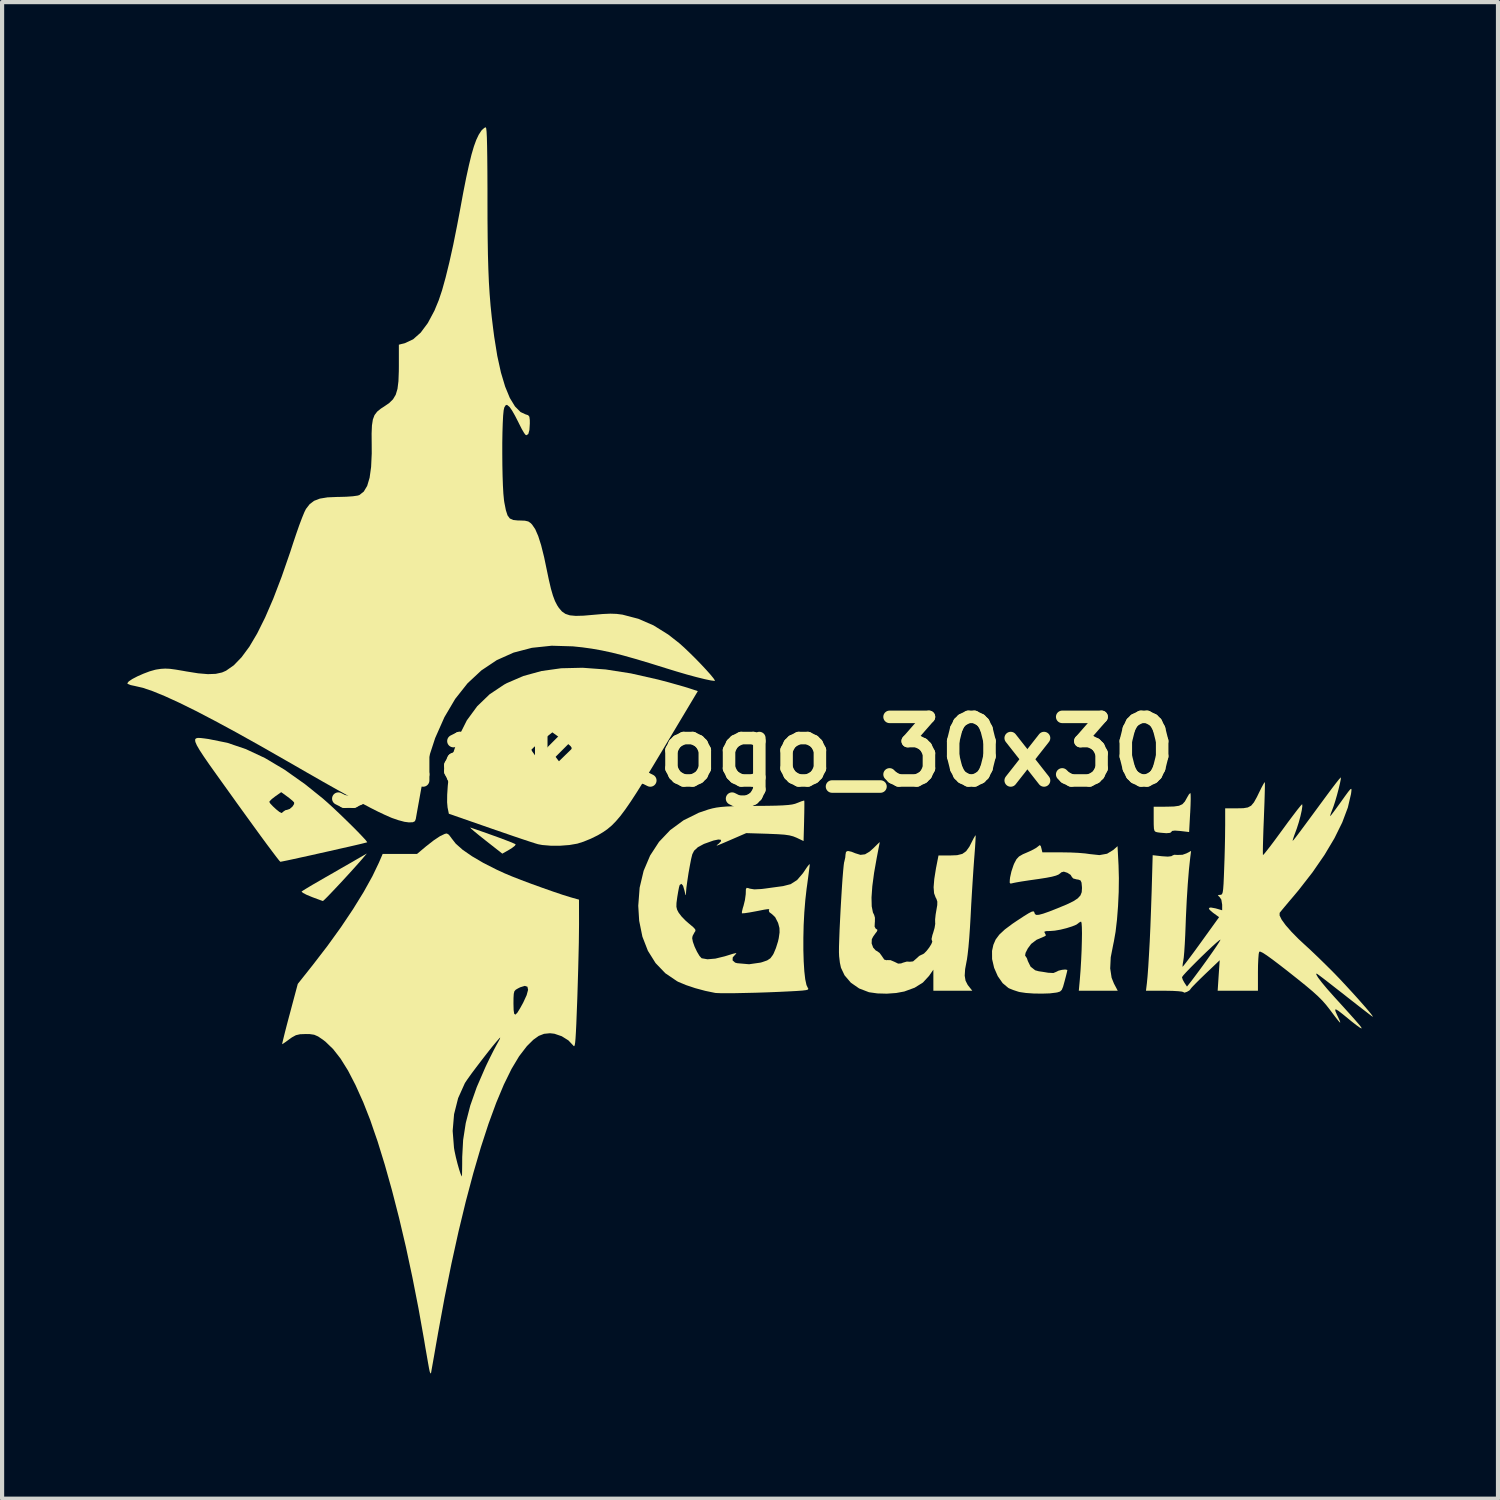
<source format=kicad_pcb>
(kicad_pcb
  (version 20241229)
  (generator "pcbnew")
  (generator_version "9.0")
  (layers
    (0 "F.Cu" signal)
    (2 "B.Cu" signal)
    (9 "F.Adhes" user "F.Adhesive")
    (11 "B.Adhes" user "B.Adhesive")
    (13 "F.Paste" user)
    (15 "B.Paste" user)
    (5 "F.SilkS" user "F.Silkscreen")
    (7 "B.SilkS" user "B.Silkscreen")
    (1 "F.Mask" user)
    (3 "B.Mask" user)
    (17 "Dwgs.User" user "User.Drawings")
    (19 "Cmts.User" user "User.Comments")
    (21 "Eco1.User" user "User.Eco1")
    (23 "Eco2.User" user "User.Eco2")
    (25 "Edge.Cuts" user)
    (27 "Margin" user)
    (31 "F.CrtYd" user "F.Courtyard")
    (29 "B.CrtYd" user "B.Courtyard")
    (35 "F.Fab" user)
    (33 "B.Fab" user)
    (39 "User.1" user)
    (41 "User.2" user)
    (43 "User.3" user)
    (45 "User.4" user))
  (footprint "guaik_logo_30x30"
    (layer "F.Cu")
    (at 14.89 14.961)
    (property "Reference" "guaik_logo_30x30" (at 0 0 0) (layer "F.SilkS") (effects (font (size 1.524 1.524) (thickness 0.3))))
    (attr board_only exclude_from_pos_files exclude_from_bom)
    (fp_poly (pts (xy -6.424 1.902) (xy -6.192 1.984) (xy -5.984 2.059) (xy -5.811 2.124) (xy -5.68 2.175) (xy -5.602 2.21) (xy -5.584 2.221) (xy -5.603 2.253) (xy -5.67 2.306) (xy -5.736 2.347) (xy -5.904 2.443) (xy -6.314 2.121) (xy -6.455 2.009) (xy -6.568 1.916) (xy -6.644 1.851) (xy -6.674 1.819) (xy -6.671 1.817)) (stroke (width 0) (type solid)) (fill yes) (layer "F.SilkS"))
    (fp_poly (pts (xy 10.584 0.993) (xy 10.589 1.037) (xy 10.59 1.14) (xy 10.586 1.288) (xy 10.578 1.464) (xy 10.577 1.469) (xy 10.552 1.925) (xy 10.341 1.9) (xy 10.211 1.89) (xy 10.144 1.899) (xy 10.131 1.917) (xy 10.098 1.945) (xy 10.006 1.953) (xy 9.862 1.941) (xy 9.801 1.933) (xy 9.753 1.922) (xy 9.724 1.899) (xy 9.709 1.846) (xy 9.704 1.749) (xy 9.703 1.618) (xy 9.703 1.319) (xy 10.016 1.318) (xy 10.19 1.313) (xy 10.309 1.296) (xy 10.39 1.259) (xy 10.45 1.194) (xy 10.503 1.099) (xy 10.547 1.023) (xy 10.579 0.992)) (stroke (width 0) (type solid)) (fill yes) (layer "F.SilkS"))
    (fp_poly (pts (xy -9.275 2.586) (xy -9.361 2.684) (xy -9.473 2.809) (xy -9.601 2.95) (xy -9.737 3.098) (xy -9.871 3.241) (xy -9.994 3.371) (xy -10.096 3.477) (xy -10.169 3.549) (xy -10.202 3.578) (xy -10.202 3.578) (xy -10.242 3.565) (xy -10.332 3.532) (xy -10.453 3.487) (xy -10.48 3.476) (xy -10.598 3.427) (xy -10.681 3.383) (xy -10.713 3.354) (xy -10.712 3.349) (xy -10.673 3.323) (xy -10.582 3.267) (xy -10.45 3.188) (xy -10.287 3.094) (xy -10.149 3.014) (xy -9.951 2.901) (xy -9.756 2.788) (xy -9.579 2.687) (xy -9.439 2.606) (xy -9.382 2.573) (xy -9.15 2.439)) (stroke (width 0) (type solid)) (fill yes) (layer "F.SilkS"))
    (fp_poly (pts (xy -13.134 -0.328) (xy -13.047 -0.318) (xy -12.94 -0.303) (xy -12.931 -0.301) (xy -12.494 -0.213) (xy -12.049 -0.062) (xy -11.592 0.152) (xy -11.121 0.432) (xy -10.631 0.779) (xy -10.203 1.123) (xy -10.087 1.225) (xy -9.949 1.351) (xy -9.8 1.492) (xy -9.647 1.64) (xy -9.499 1.785) (xy -9.366 1.919) (xy -9.257 2.033) (xy -9.179 2.118) (xy -9.144 2.165) (xy -9.142 2.171) (xy -9.179 2.181) (xy -9.274 2.205) (xy -9.418 2.239) (xy -9.6 2.281) (xy -9.81 2.328) (xy -10.037 2.38) (xy -10.271 2.432) (xy -10.501 2.484) (xy -10.716 2.531) (xy -10.906 2.573) (xy -11.06 2.606) (xy -11.169 2.628) (xy -11.22 2.638) (xy -11.222 2.638) (xy -11.25 2.609) (xy -11.316 2.525) (xy -11.416 2.393) (xy -11.547 2.218) (xy -11.703 2.006) (xy -11.88 1.762) (xy -12.075 1.493) (xy -12.283 1.205) (xy -12.284 1.204) (xy -11.487 1.204) (xy -11.462 1.245) (xy -11.399 1.311) (xy -11.321 1.383) (xy -11.247 1.442) (xy -11.198 1.469) (xy -11.196 1.47) (xy -11.156 1.443) (xy -11.148 1.432) (xy -11.097 1.4) (xy -11.062 1.394) (xy -10.997 1.371) (xy -10.933 1.316) (xy -10.893 1.254) (xy -10.893 1.215) (xy -10.932 1.175) (xy -11.009 1.111) (xy -11.057 1.075) (xy -11.202 0.97) (xy -11.344 1.07) (xy -11.428 1.135) (xy -11.479 1.187) (xy -11.487 1.204) (xy -12.284 1.204) (xy -12.301 1.179) (xy -12.549 0.833) (xy -12.757 0.543) (xy -12.927 0.304) (xy -13.06 0.111) (xy -13.158 -0.039) (xy -13.224 -0.153) (xy -13.259 -0.234) (xy -13.266 -0.288) (xy -13.246 -0.318) (xy -13.201 -0.33)) (stroke (width 0) (type solid)) (fill yes) (layer "F.SilkS"))
    (fp_poly (pts (xy -3.425 -1.97) (xy -2.824 -1.876) (xy -2.174 -1.729) (xy -2.105 -1.711) (xy -1.908 -1.659) (xy -1.717 -1.605) (xy -1.551 -1.558) (xy -1.432 -1.521) (xy -1.422 -1.518) (xy -1.22 -1.451) (xy -2.065 -0.038) (xy -2.3 0.353) (xy -2.502 0.684) (xy -2.676 0.963) (xy -2.827 1.195) (xy -2.958 1.385) (xy -3.075 1.541) (xy -3.182 1.666) (xy -3.283 1.769) (xy -3.383 1.853) (xy -3.487 1.926) (xy -3.598 1.992) (xy -3.625 2.007) (xy -3.784 2.085) (xy -3.958 2.156) (xy -4.106 2.203) (xy -4.296 2.236) (xy -4.517 2.253) (xy -4.744 2.253) (xy -4.946 2.236) (xy -5.048 2.217) (xy -5.118 2.196) (xy -5.246 2.155) (xy -5.421 2.097) (xy -5.634 2.025) (xy -5.875 1.942) (xy -6.134 1.853) (xy -6.188 1.834) (xy -7.185 1.487) (xy -7.216 1.337) (xy -7.227 1.211) (xy -7.225 1.031) (xy -7.211 0.816) (xy -7.187 0.587) (xy -7.156 0.362) (xy -7.118 0.162) (xy -7.1 0.087) (xy -7.056 -0.044) (xy -5.207 -0.044) (xy -5.185 -0.002) (xy -5.131 0.073) (xy -5.103 0.108) (xy -5.027 0.189) (xy -4.964 0.218) (xy -4.909 0.212) (xy -4.832 0.209) (xy -4.773 0.261) (xy -4.759 0.283) (xy -4.7 0.379) (xy -4.499 0.183) (xy -4.396 0.082) (xy -4.309 -0.002) (xy -4.256 -0.054) (xy -4.252 -0.057) (xy -4.24 -0.088) (xy -4.266 -0.13) (xy -4.338 -0.194) (xy -4.455 -0.282) (xy -4.705 -0.463) (xy -4.957 -0.265) (xy -5.069 -0.175) (xy -5.155 -0.1) (xy -5.202 -0.053) (xy -5.207 -0.044) (xy -7.056 -0.044) (xy -6.951 -0.359) (xy -6.754 -0.751) (xy -6.506 -1.089) (xy -6.209 -1.375) (xy -5.86 -1.608) (xy -5.797 -1.642) (xy -5.399 -1.814) (xy -4.965 -1.933) (xy -4.493 -1.999) (xy -3.981 -2.011)) (stroke (width 0) (type solid)) (fill yes) (layer "F.SilkS"))
    (fp_poly (pts (xy 5.437 2.043) (xy 5.432 2.145) (xy 5.423 2.295) (xy 5.409 2.48) (xy 5.401 2.581) (xy 5.385 2.803) (xy 5.367 3.077) (xy 5.348 3.378) (xy 5.33 3.683) (xy 5.316 3.957) (xy 5.301 4.213) (xy 5.284 4.46) (xy 5.265 4.681) (xy 5.245 4.86) (xy 5.228 4.984) (xy 5.224 5.001) (xy 5.185 5.21) (xy 5.175 5.367) (xy 5.195 5.487) (xy 5.246 5.587) (xy 5.265 5.612) (xy 5.357 5.728) (xy 4.424 5.728) (xy 4.424 5.223) (xy 4.32 5.373) (xy 4.173 5.532) (xy 3.976 5.655) (xy 3.727 5.746) (xy 3.533 5.782) (xy 3.308 5.798) (xy 3.083 5.792) (xy 2.892 5.765) (xy 2.88 5.763) (xy 2.646 5.673) (xy 2.447 5.535) (xy 2.296 5.358) (xy 2.21 5.176) (xy 2.184 5.055) (xy 2.166 4.901) (xy 2.162 4.805) (xy 2.163 4.67) (xy 2.169 4.487) (xy 2.177 4.268) (xy 2.189 4.024) (xy 2.202 3.768) (xy 2.217 3.511) (xy 2.232 3.267) (xy 2.247 3.047) (xy 2.262 2.863) (xy 2.275 2.727) (xy 2.285 2.652) (xy 2.288 2.645) (xy 2.313 2.535) (xy 2.319 2.466) (xy 2.331 2.4) (xy 2.375 2.378) (xy 2.462 2.397) (xy 2.551 2.433) (xy 2.677 2.472) (xy 2.787 2.459) (xy 2.9 2.391) (xy 2.996 2.304) (xy 3.074 2.227) (xy 3.126 2.177) (xy 3.139 2.167) (xy 3.133 2.204) (xy 3.114 2.299) (xy 3.088 2.435) (xy 3.07 2.528) (xy 3.004 2.901) (xy 2.961 3.224) (xy 2.942 3.494) (xy 2.947 3.705) (xy 2.976 3.853) (xy 3.005 3.91) (xy 3.024 3.977) (xy 3.023 4.078) (xy 3.021 4.091) (xy 3.016 4.191) (xy 3.042 4.24) (xy 3.054 4.246) (xy 3.085 4.27) (xy 3.068 4.313) (xy 3.04 4.348) (xy 2.981 4.431) (xy 2.949 4.494) (xy 2.945 4.594) (xy 2.982 4.695) (xy 3.046 4.765) (xy 3.07 4.776) (xy 3.136 4.822) (xy 3.196 4.905) (xy 3.196 4.906) (xy 3.248 4.982) (xy 3.304 4.997) (xy 3.319 4.993) (xy 3.398 4.995) (xy 3.492 5.035) (xy 3.494 5.036) (xy 3.58 5.078) (xy 3.652 5.073) (xy 3.694 5.056) (xy 3.788 5.029) (xy 3.859 5.033) (xy 3.937 5.025) (xy 4.014 4.959) (xy 4.086 4.893) (xy 4.149 4.862) (xy 4.154 4.861) (xy 4.2 4.836) (xy 4.262 4.773) (xy 4.325 4.692) (xy 4.375 4.611) (xy 4.399 4.551) (xy 4.391 4.53) (xy 4.38 4.489) (xy 4.401 4.394) (xy 4.419 4.341) (xy 4.453 4.223) (xy 4.469 4.124) (xy 4.467 4.092) (xy 4.466 4.017) (xy 4.479 3.899) (xy 4.495 3.805) (xy 4.517 3.676) (xy 4.519 3.593) (xy 4.498 3.528) (xy 4.478 3.492) (xy 4.441 3.392) (xy 4.43 3.247) (xy 4.446 3.05) (xy 4.487 2.792) (xy 4.497 2.742) (xy 4.547 2.487) (xy 4.816 2.487) (xy 4.993 2.48) (xy 5.118 2.449) (xy 5.209 2.385) (xy 5.287 2.276) (xy 5.336 2.179) (xy 5.387 2.079) (xy 5.424 2.016) (xy 5.437 2.003)) (stroke (width 0) (type solid)) (fill yes) (layer "F.SilkS"))
    (fp_poly (pts (xy 6.997 2.259) (xy 7.012 2.313) (xy 7.036 2.412) (xy 7.507 2.412) (xy 7.705 2.415) (xy 7.897 2.424) (xy 8.062 2.438) (xy 8.177 2.454) (xy 8.179 2.454) (xy 8.403 2.478) (xy 8.586 2.445) (xy 8.734 2.355) (xy 8.837 2.264) (xy 8.861 2.724) (xy 8.869 3.031) (xy 8.865 3.363) (xy 8.849 3.7) (xy 8.824 4.023) (xy 8.79 4.314) (xy 8.748 4.554) (xy 8.736 4.609) (xy 8.674 4.926) (xy 8.661 5.193) (xy 8.695 5.417) (xy 8.751 5.556) (xy 8.842 5.728) (xy 7.909 5.728) (xy 7.933 5.464) (xy 7.951 5.233) (xy 7.965 4.995) (xy 7.976 4.76) (xy 7.982 4.542) (xy 7.985 4.353) (xy 7.982 4.203) (xy 7.975 4.105) (xy 7.963 4.07) (xy 7.909 4.098) (xy 7.902 4.107) (xy 7.851 4.144) (xy 7.749 4.186) (xy 7.616 4.228) (xy 7.471 4.264) (xy 7.333 4.288) (xy 7.234 4.296) (xy 7.13 4.299) (xy 7.086 4.311) (xy 7.088 4.337) (xy 7.099 4.352) (xy 7.122 4.401) (xy 7.081 4.429) (xy 7.076 4.43) (xy 6.897 4.507) (xy 6.768 4.605) (xy 6.687 4.714) (xy 6.634 4.818) (xy 6.622 4.883) (xy 6.629 4.895) (xy 6.664 4.946) (xy 6.689 5.019) (xy 6.754 5.151) (xy 6.864 5.238) (xy 6.948 5.261) (xy 7.051 5.276) (xy 7.171 5.296) (xy 7.18 5.297) (xy 7.3 5.303) (xy 7.366 5.276) (xy 7.424 5.247) (xy 7.505 5.227) (xy 7.583 5.219) (xy 7.63 5.228) (xy 7.634 5.236) (xy 7.625 5.28) (xy 7.601 5.376) (xy 7.568 5.502) (xy 7.532 5.632) (xy 7.5 5.708) (xy 7.459 5.747) (xy 7.396 5.767) (xy 7.363 5.773) (xy 7.213 5.791) (xy 7.025 5.797) (xy 6.826 5.794) (xy 6.64 5.781) (xy 6.492 5.759) (xy 6.457 5.75) (xy 6.342 5.712) (xy 6.245 5.673) (xy 6.221 5.661) (xy 6.084 5.546) (xy 5.967 5.378) (xy 5.88 5.179) (xy 5.831 4.969) (xy 5.83 4.772) (xy 5.862 4.627) (xy 5.917 4.5) (xy 6.005 4.382) (xy 6.136 4.26) (xy 6.318 4.124) (xy 6.426 4.051) (xy 6.592 3.942) (xy 6.707 3.871) (xy 6.781 3.833) (xy 6.823 3.825) (xy 6.841 3.841) (xy 6.843 3.85) (xy 6.858 3.891) (xy 6.892 3.911) (xy 6.954 3.908) (xy 7.055 3.881) (xy 7.203 3.829) (xy 7.403 3.75) (xy 7.62 3.66) (xy 7.777 3.584) (xy 7.884 3.514) (xy 7.948 3.444) (xy 7.979 3.365) (xy 7.985 3.269) (xy 7.984 3.242) (xy 7.974 3.137) (xy 7.95 3.085) (xy 7.898 3.065) (xy 7.857 3.06) (xy 7.776 3.038) (xy 7.741 3) (xy 7.741 2.998) (xy 7.712 2.951) (xy 7.639 2.904) (xy 7.633 2.901) (xy 7.55 2.874) (xy 7.493 2.889) (xy 7.46 2.917) (xy 7.421 2.945) (xy 7.359 2.97) (xy 7.266 2.995) (xy 7.132 3.021) (xy 6.947 3.05) (xy 6.701 3.085) (xy 6.689 3.087) (xy 6.543 3.109) (xy 6.416 3.131) (xy 6.331 3.148) (xy 6.322 3.151) (xy 6.273 3.161) (xy 6.253 3.139) (xy 6.256 3.069) (xy 6.263 3.01) (xy 6.294 2.87) (xy 6.344 2.72) (xy 6.362 2.677) (xy 6.415 2.577) (xy 6.476 2.511) (xy 6.569 2.457) (xy 6.649 2.423) (xy 6.772 2.368) (xy 6.874 2.313) (xy 6.924 2.277) (xy 6.972 2.239)) (stroke (width 0) (type solid)) (fill yes) (layer "F.SilkS"))
    (fp_poly (pts (xy -7.185 1.989) (xy -7.129 2.062) (xy -7.122 2.073) (xy -7.019 2.205) (xy -6.854 2.351) (xy -6.631 2.505) (xy -6.357 2.666) (xy -6.039 2.827) (xy -5.848 2.915) (xy -5.674 2.988) (xy -5.452 3.075) (xy -5.201 3.169) (xy -4.938 3.264) (xy -4.682 3.354) (xy -4.451 3.432) (xy -4.263 3.49) (xy -4.218 3.503) (xy -4.067 3.545) (xy -4.066 4.137) (xy -4.068 4.331) (xy -4.071 4.583) (xy -4.078 4.879) (xy -4.086 5.203) (xy -4.096 5.538) (xy -4.106 5.868) (xy -4.108 5.925) (xy -4.121 6.257) (xy -4.131 6.521) (xy -4.141 6.723) (xy -4.15 6.87) (xy -4.159 6.97) (xy -4.169 7.03) (xy -4.18 7.055) (xy -4.193 7.054) (xy -4.203 7.042) (xy -4.32 6.918) (xy -4.48 6.818) (xy -4.656 6.758) (xy -4.761 6.746) (xy -4.904 6.76) (xy -5.032 6.81) (xy -5.162 6.903) (xy -5.311 7.051) (xy -5.324 7.066) (xy -5.502 7.298) (xy -5.684 7.602) (xy -5.867 7.975) (xy -6.051 8.414) (xy -6.235 8.916) (xy -6.418 9.478) (xy -6.599 10.098) (xy -6.778 10.771) (xy -6.953 11.495) (xy -7.123 12.266) (xy -7.288 13.083) (xy -7.446 13.941) (xy -7.456 14) (xy -7.499 14.243) (xy -7.537 14.463) (xy -7.57 14.649) (xy -7.595 14.788) (xy -7.609 14.871) (xy -7.612 14.886) (xy -7.626 14.899) (xy -7.645 14.848) (xy -7.659 14.781) (xy -7.682 14.654) (xy -7.712 14.481) (xy -7.748 14.276) (xy -7.778 14.094) (xy -7.913 13.337) (xy -8.059 12.593) (xy -8.214 11.868) (xy -8.378 11.172) (xy -8.547 10.513) (xy -8.72 9.897) (xy -8.894 9.333) (xy -8.98 9.086) (xy -7.094 9.086) (xy -7.062 9.492) (xy -7.049 9.568) (xy -7.017 9.717) (xy -6.979 9.868) (xy -6.94 10.006) (xy -6.905 10.113) (xy -6.879 10.17) (xy -6.872 10.175) (xy -6.87 10.14) (xy -6.868 10.044) (xy -6.866 9.901) (xy -6.865 9.726) (xy -6.865 9.713) (xy -6.843 9.304) (xy -6.78 8.897) (xy -6.672 8.479) (xy -6.517 8.038) (xy -6.311 7.563) (xy -6.278 7.492) (xy -6.195 7.321) (xy -6.112 7.157) (xy -6.041 7.023) (xy -6.008 6.964) (xy -5.965 6.885) (xy -5.954 6.85) (xy -5.968 6.859) (xy -6.041 6.942) (xy -6.145 7.067) (xy -6.267 7.221) (xy -6.398 7.39) (xy -6.527 7.559) (xy -6.644 7.715) (xy -6.737 7.845) (xy -6.797 7.934) (xy -6.804 7.947) (xy -6.963 8.301) (xy -7.06 8.685) (xy -7.094 9.086) (xy -8.98 9.086) (xy -9.068 8.828) (xy -9.235 8.403) (xy -9.422 7.987) (xy -9.602 7.639) (xy -9.78 7.354) (xy -9.958 7.126) (xy -10.142 6.948) (xy -10.203 6.901) (xy -10.318 6.823) (xy -10.412 6.782) (xy -10.521 6.766) (xy -10.614 6.765) (xy -10.751 6.77) (xy -10.85 6.793) (xy -10.945 6.845) (xy -11.004 6.887) (xy -11.095 6.954) (xy -11.16 6.998) (xy -11.18 7.009) (xy -11.174 6.975) (xy -11.151 6.879) (xy -11.115 6.732) (xy -11.067 6.546) (xy -11.01 6.33) (xy -10.998 6.287) (xy -10.931 6.035) (xy -5.637 6.035) (xy -5.633 6.19) (xy -5.62 6.278) (xy -5.592 6.301) (xy -5.545 6.256) (xy -5.476 6.144) (xy -5.403 6.011) (xy -5.321 5.833) (xy -5.287 5.706) (xy -5.302 5.632) (xy -5.365 5.611) (xy -5.476 5.645) (xy -5.531 5.673) (xy -5.583 5.704) (xy -5.615 5.741) (xy -5.63 5.802) (xy -5.636 5.905) (xy -5.637 6.035) (xy -10.931 6.035) (xy -10.805 5.564) (xy -10.444 5.109) (xy -10.094 4.654) (xy -9.771 4.206) (xy -9.48 3.772) (xy -9.227 3.362) (xy -9.017 2.984) (xy -8.862 2.661) (xy -8.771 2.45) (xy -7.948 2.45) (xy -7.729 2.266) (xy -7.547 2.124) (xy -7.395 2.023) (xy -7.279 1.968) (xy -7.233 1.96)) (stroke (width 0) (type solid)) (fill yes) (layer "F.SilkS"))
    (fp_poly (pts (xy 1.331 1.173) (xy 1.333 1.214) (xy 1.333 1.315) (xy 1.331 1.463) (xy 1.327 1.641) (xy 1.327 1.664) (xy 1.314 2.141) (xy 1.148 2.062) (xy 1.066 2.029) (xy 0.973 2.005) (xy 0.855 1.988) (xy 0.696 1.977) (xy 0.481 1.968) (xy 0.461 1.967) (xy -0.06 1.951) (xy -0.378 2.089) (xy -0.554 2.165) (xy -0.672 2.215) (xy -0.741 2.243) (xy -0.769 2.251) (xy -0.765 2.242) (xy -0.737 2.218) (xy -0.722 2.207) (xy -0.663 2.146) (xy -0.667 2.111) (xy -0.728 2.104) (xy -0.842 2.128) (xy -0.866 2.136) (xy -1.073 2.21) (xy -1.218 2.288) (xy -1.309 2.373) (xy -1.352 2.458) (xy -1.379 2.567) (xy -1.41 2.727) (xy -1.443 2.911) (xy -1.471 3.096) (xy -1.493 3.257) (xy -1.502 3.368) (xy -1.506 3.433) (xy -1.514 3.435) (xy -1.53 3.37) (xy -1.54 3.326) (xy -1.574 3.211) (xy -1.613 3.166) (xy -1.653 3.193) (xy -1.655 3.197) (xy -1.67 3.248) (xy -1.69 3.351) (xy -1.712 3.482) (xy -1.731 3.624) (xy -1.733 3.717) (xy -1.716 3.787) (xy -1.68 3.856) (xy -1.613 3.945) (xy -1.512 4.049) (xy -1.428 4.122) (xy -1.331 4.203) (xy -1.283 4.255) (xy -1.276 4.294) (xy -1.301 4.332) (xy -1.301 4.332) (xy -1.345 4.415) (xy -1.355 4.469) (xy -1.338 4.557) (xy -1.296 4.674) (xy -1.239 4.794) (xy -1.18 4.893) (xy -1.13 4.948) (xy -1.125 4.95) (xy -0.988 4.974) (xy -0.8 4.958) (xy -0.571 4.902) (xy -0.51 4.883) (xy -0.375 4.841) (xy -0.305 4.826) (xy -0.297 4.838) (xy -0.312 4.85) (xy -0.383 4.928) (xy -0.387 5) (xy -0.326 5.054) (xy -0.276 5.068) (xy 0.009 5.093) (xy 0.281 5.054) (xy 0.321 5.043) (xy 0.442 5.001) (xy 0.52 4.949) (xy 0.579 4.869) (xy 0.598 4.834) (xy 0.652 4.705) (xy 0.701 4.549) (xy 0.719 4.47) (xy 0.739 4.33) (xy 0.736 4.224) (xy 0.707 4.114) (xy 0.7 4.095) (xy 0.633 3.964) (xy 0.552 3.888) (xy 0.55 3.887) (xy 0.492 3.844) (xy 0.482 3.806) (xy 0.492 3.784) (xy 0.484 3.773) (xy 0.446 3.774) (xy 0.367 3.786) (xy 0.235 3.812) (xy 0.151 3.828) (xy 0.014 3.853) (xy -0.094 3.869) (xy -0.156 3.873) (xy -0.164 3.872) (xy -0.162 3.83) (xy -0.141 3.743) (xy -0.125 3.694) (xy -0.091 3.556) (xy -0.072 3.416) (xy -0.071 3.388) (xy -0.068 3.295) (xy -0.05 3.262) (xy -0.001 3.271) (xy 0.023 3.281) (xy 0.134 3.299) (xy 0.308 3.29) (xy 0.389 3.28) (xy 0.548 3.258) (xy 0.703 3.237) (xy 0.822 3.221) (xy 1.005 3.174) (xy 1.159 3.075) (xy 1.298 2.913) (xy 1.336 2.857) (xy 1.4 2.761) (xy 1.446 2.704) (xy 1.463 2.696) (xy 1.458 2.745) (xy 1.444 2.855) (xy 1.424 3.01) (xy 1.399 3.197) (xy 1.387 3.28) (xy 1.356 3.554) (xy 1.332 3.85) (xy 1.316 4.155) (xy 1.309 4.46) (xy 1.309 4.753) (xy 1.317 5.024) (xy 1.332 5.261) (xy 1.354 5.454) (xy 1.384 5.592) (xy 1.415 5.657) (xy 1.429 5.682) (xy 1.418 5.7) (xy 1.373 5.713) (xy 1.283 5.724) (xy 1.139 5.734) (xy 0.991 5.742) (xy 0.723 5.755) (xy 0.447 5.766) (xy 0.174 5.775) (xy -0.087 5.781) (xy -0.324 5.786) (xy -0.526 5.787) (xy -0.682 5.786) (xy -0.782 5.782) (xy -0.803 5.78) (xy -1.04 5.731) (xy -1.282 5.666) (xy -1.506 5.591) (xy -1.687 5.515) (xy -1.716 5.5) (xy -1.998 5.309) (xy -2.232 5.065) (xy -2.416 4.771) (xy -2.548 4.431) (xy -2.625 4.052) (xy -2.647 3.693) (xy -2.614 3.258) (xy -2.518 2.854) (xy -2.362 2.487) (xy -2.149 2.16) (xy -1.881 1.878) (xy -1.562 1.644) (xy -1.195 1.462) (xy -0.968 1.385) (xy -0.872 1.359) (xy -0.775 1.339) (xy -0.667 1.325) (xy -0.536 1.314) (xy -0.369 1.307) (xy -0.156 1.303) (xy 0.115 1.3) (xy 0.161 1.299) (xy 0.44 1.297) (xy 0.657 1.293) (xy 0.823 1.286) (xy 0.947 1.277) (xy 1.04 1.265) (xy 1.111 1.248) (xy 1.169 1.226) (xy 1.17 1.226) (xy 1.262 1.189) (xy 1.321 1.172)) (stroke (width 0) (type solid)) (fill yes) (layer "F.SilkS"))
    (fp_poly (pts (xy -6.29 -14.934) (xy -6.281 -14.852) (xy -6.274 -14.712) (xy -6.269 -14.51) (xy -6.265 -14.244) (xy -6.262 -13.91) (xy -6.26 -13.505) (xy -6.26 -13.256) (xy -6.259 -12.746) (xy -6.255 -12.302) (xy -6.249 -11.912) (xy -6.239 -11.566) (xy -6.226 -11.254) (xy -6.208 -10.966) (xy -6.186 -10.69) (xy -6.158 -10.418) (xy -6.124 -10.138) (xy -6.099 -9.946) (xy -6.025 -9.484) (xy -5.937 -9.084) (xy -5.836 -8.747) (xy -5.724 -8.475) (xy -5.6 -8.272) (xy -5.467 -8.138) (xy -5.346 -8.082) (xy -5.286 -8.063) (xy -5.256 -8.026) (xy -5.246 -7.95) (xy -5.245 -7.864) (xy -5.255 -7.707) (xy -5.282 -7.611) (xy -5.326 -7.583) (xy -5.348 -7.592) (xy -5.382 -7.636) (xy -5.437 -7.73) (xy -5.502 -7.858) (xy -5.526 -7.907) (xy -5.599 -8.049) (xy -5.669 -8.172) (xy -5.725 -8.253) (xy -5.737 -8.266) (xy -5.792 -8.311) (xy -5.825 -8.3) (xy -5.857 -8.247) (xy -5.872 -8.18) (xy -5.885 -8.049) (xy -5.894 -7.868) (xy -5.901 -7.647) (xy -5.905 -7.4) (xy -5.905 -7.137) (xy -5.903 -6.872) (xy -5.898 -6.617) (xy -5.89 -6.383) (xy -5.879 -6.183) (xy -5.864 -6.028) (xy -5.856 -5.973) (xy -5.819 -5.786) (xy -5.779 -5.662) (xy -5.724 -5.588) (xy -5.644 -5.552) (xy -5.529 -5.54) (xy -5.491 -5.54) (xy -5.363 -5.535) (xy -5.281 -5.516) (xy -5.221 -5.474) (xy -5.19 -5.441) (xy -5.115 -5.33) (xy -5.044 -5.167) (xy -4.974 -4.947) (xy -4.903 -4.663) (xy -4.85 -4.409) (xy -4.791 -4.127) (xy -4.74 -3.908) (xy -4.691 -3.739) (xy -4.642 -3.609) (xy -4.588 -3.505) (xy -4.548 -3.444) (xy -4.476 -3.36) (xy -4.392 -3.302) (xy -4.286 -3.267) (xy -4.145 -3.254) (xy -3.957 -3.259) (xy -3.728 -3.279) (xy -3.496 -3.299) (xy -3.315 -3.307) (xy -3.168 -3.302) (xy -3.035 -3.285) (xy -3.026 -3.284) (xy -2.644 -3.184) (xy -2.282 -3.027) (xy -1.929 -2.807) (xy -1.668 -2.603) (xy -1.549 -2.497) (xy -1.417 -2.371) (xy -1.278 -2.234) (xy -1.144 -2.096) (xy -1.021 -1.964) (xy -0.919 -1.85) (xy -0.846 -1.761) (xy -0.811 -1.708) (xy -0.814 -1.696) (xy -0.906 -1.707) (xy -1.054 -1.738) (xy -1.249 -1.786) (xy -1.478 -1.848) (xy -1.73 -1.922) (xy -1.971 -1.996) (xy -2.372 -2.121) (xy -2.717 -2.224) (xy -3.016 -2.308) (xy -3.282 -2.375) (xy -3.525 -2.427) (xy -3.755 -2.468) (xy -3.985 -2.5) (xy -4.212 -2.524) (xy -4.721 -2.539) (xy -5.195 -2.489) (xy -5.634 -2.374) (xy -6.037 -2.194) (xy -6.405 -1.948) (xy -6.737 -1.639) (xy -7.033 -1.265) (xy -7.291 -0.828) (xy -7.513 -0.327) (xy -7.697 0.237) (xy -7.843 0.863) (xy -7.868 0.999) (xy -7.903 1.196) (xy -7.935 1.372) (xy -7.96 1.512) (xy -7.975 1.598) (xy -7.977 1.611) (xy -7.998 1.665) (xy -8.047 1.69) (xy -8.143 1.694) (xy -8.249 1.68) (xy -8.392 1.642) (xy -8.546 1.589) (xy -8.58 1.575) (xy -8.714 1.516) (xy -8.873 1.441) (xy -9.061 1.346) (xy -9.283 1.229) (xy -9.542 1.088) (xy -9.845 0.92) (xy -10.195 0.723) (xy -10.597 0.493) (xy -11.056 0.229) (xy -11.095 0.207) (xy -11.72 -0.15) (xy -12.286 -0.466) (xy -12.795 -0.741) (xy -13.247 -0.977) (xy -13.645 -1.173) (xy -13.988 -1.33) (xy -14.278 -1.449) (xy -14.515 -1.53) (xy -14.702 -1.573) (xy -14.705 -1.574) (xy -14.809 -1.596) (xy -14.876 -1.623) (xy -14.89 -1.64) (xy -14.855 -1.684) (xy -14.769 -1.742) (xy -14.646 -1.806) (xy -14.503 -1.869) (xy -14.358 -1.924) (xy -14.225 -1.962) (xy -14.192 -1.969) (xy -14.084 -1.985) (xy -13.982 -1.991) (xy -13.87 -1.986) (xy -13.729 -1.967) (xy -13.541 -1.935) (xy -13.482 -1.924) (xy -13.193 -1.878) (xy -12.959 -1.858) (xy -12.772 -1.865) (xy -12.62 -1.898) (xy -12.524 -1.94) (xy -12.337 -2.071) (xy -12.152 -2.263) (xy -11.965 -2.516) (xy -11.777 -2.834) (xy -11.586 -3.218) (xy -11.391 -3.67) (xy -11.191 -4.193) (xy -10.985 -4.787) (xy -10.918 -4.993) (xy -10.843 -5.217) (xy -10.77 -5.426) (xy -10.702 -5.606) (xy -10.646 -5.742) (xy -10.609 -5.816) (xy -10.521 -5.93) (xy -10.414 -6.011) (xy -10.276 -6.064) (xy -10.093 -6.094) (xy -9.854 -6.104) (xy -9.821 -6.104) (xy -9.641 -6.109) (xy -9.486 -6.12) (xy -9.372 -6.136) (xy -9.33 -6.149) (xy -9.224 -6.232) (xy -9.142 -6.369) (xy -9.084 -6.564) (xy -9.048 -6.822) (xy -9.033 -7.145) (xy -9.034 -7.37) (xy -9.036 -7.625) (xy -9.028 -7.816) (xy -9.006 -7.959) (xy -8.966 -8.065) (xy -8.903 -8.148) (xy -8.813 -8.221) (xy -8.746 -8.264) (xy -8.618 -8.351) (xy -8.524 -8.443) (xy -8.458 -8.553) (xy -8.416 -8.693) (xy -8.393 -8.877) (xy -8.384 -9.118) (xy -8.383 -9.236) (xy -8.383 -9.752) (xy -8.231 -9.792) (xy -8.041 -9.881) (xy -7.86 -10.041) (xy -7.689 -10.271) (xy -7.531 -10.567) (xy -7.428 -10.816) (xy -7.348 -11.055) (xy -7.263 -11.361) (xy -7.173 -11.727) (xy -7.08 -12.146) (xy -6.987 -12.611) (xy -6.92 -12.964) (xy -6.841 -13.394) (xy -6.769 -13.757) (xy -6.703 -14.058) (xy -6.643 -14.305) (xy -6.585 -14.503) (xy -6.528 -14.66) (xy -6.47 -14.782) (xy -6.41 -14.875) (xy -6.394 -14.895) (xy -6.335 -14.947) (xy -6.3 -14.961)) (stroke (width 0) (type solid)) (fill yes) (layer "F.SilkS"))
    (fp_poly (pts (xy 14.186 0.659) (xy 14.167 0.755) (xy 14.136 0.885) (xy 14.097 1.033) (xy 14.055 1.179) (xy 14.014 1.305) (xy 13.987 1.377) (xy 13.95 1.473) (xy 13.931 1.534) (xy 13.931 1.545) (xy 13.957 1.517) (xy 14.016 1.441) (xy 14.098 1.329) (xy 14.167 1.234) (xy 14.284 1.07) (xy 14.364 0.961) (xy 14.413 0.902) (xy 14.437 0.889) (xy 14.443 0.915) (xy 14.436 0.977) (xy 14.43 1.018) (xy 14.355 1.339) (xy 14.222 1.693) (xy 14.034 2.074) (xy 13.795 2.475) (xy 13.508 2.891) (xy 13.177 3.316) (xy 13.067 3.448) (xy 12.947 3.589) (xy 12.843 3.713) (xy 12.765 3.807) (xy 12.723 3.859) (xy 12.721 3.863) (xy 12.72 3.925) (xy 12.77 4.026) (xy 12.866 4.158) (xy 13.003 4.314) (xy 13.173 4.487) (xy 13.299 4.604) (xy 13.461 4.753) (xy 13.65 4.933) (xy 13.844 5.123) (xy 14.021 5.3) (xy 14.033 5.312) (xy 14.175 5.46) (xy 14.323 5.619) (xy 14.471 5.78) (xy 14.611 5.935) (xy 14.736 6.077) (xy 14.84 6.197) (xy 14.914 6.288) (xy 14.953 6.342) (xy 14.948 6.35) (xy 14.947 6.349) (xy 14.904 6.318) (xy 14.813 6.248) (xy 14.682 6.147) (xy 14.522 6.022) (xy 14.34 5.88) (xy 14.257 5.814) (xy 14.072 5.67) (xy 13.907 5.541) (xy 13.77 5.435) (xy 13.669 5.359) (xy 13.613 5.319) (xy 13.605 5.314) (xy 13.599 5.339) (xy 13.642 5.412) (xy 13.729 5.527) (xy 13.857 5.681) (xy 14.023 5.868) (xy 14.033 5.879) (xy 14.237 6.103) (xy 14.395 6.278) (xy 14.514 6.411) (xy 14.597 6.506) (xy 14.651 6.57) (xy 14.678 6.609) (xy 14.686 6.627) (xy 14.679 6.63) (xy 14.637 6.608) (xy 14.554 6.548) (xy 14.445 6.463) (xy 14.395 6.422) (xy 14.24 6.295) (xy 14.135 6.213) (xy 14.074 6.176) (xy 14.051 6.18) (xy 14.06 6.224) (xy 14.096 6.307) (xy 14.111 6.338) (xy 14.155 6.433) (xy 14.174 6.484) (xy 14.166 6.49) (xy 14.126 6.446) (xy 14.05 6.349) (xy 13.936 6.197) (xy 13.914 6.168) (xy 13.832 6.064) (xy 13.743 5.963) (xy 13.639 5.859) (xy 13.51 5.742) (xy 13.347 5.605) (xy 13.14 5.438) (xy 12.977 5.309) (xy 12.739 5.123) (xy 12.552 4.981) (xy 12.412 4.88) (xy 12.314 4.817) (xy 12.255 4.79) (xy 12.231 4.794) (xy 12.219 4.849) (xy 12.21 4.963) (xy 12.203 5.118) (xy 12.201 5.285) (xy 12.201 5.728) (xy 11.236 5.728) (xy 11.26 5.363) (xy 11.285 4.997) (xy 10.931 5.334) (xy 10.801 5.46) (xy 10.694 5.567) (xy 10.618 5.646) (xy 10.584 5.688) (xy 10.584 5.691) (xy 10.56 5.719) (xy 10.503 5.753) (xy 10.441 5.774) (xy 10.417 5.762) (xy 10.383 5.749) (xy 10.292 5.739) (xy 10.156 5.731) (xy 9.99 5.728) (xy 9.968 5.728) (xy 9.518 5.728) (xy 9.54 5.549) (xy 9.554 5.404) (xy 10.381 5.404) (xy 10.4 5.465) (xy 10.441 5.538) (xy 10.501 5.628) (xy 10.603 5.499) (xy 10.662 5.421) (xy 10.753 5.299) (xy 10.865 5.147) (xy 10.985 4.981) (xy 11.011 4.944) (xy 11.119 4.791) (xy 11.209 4.66) (xy 11.272 4.563) (xy 11.302 4.51) (xy 11.303 4.503) (xy 11.272 4.521) (xy 11.201 4.581) (xy 11.098 4.674) (xy 10.976 4.789) (xy 10.843 4.917) (xy 10.71 5.049) (xy 10.587 5.173) (xy 10.485 5.279) (xy 10.413 5.359) (xy 10.382 5.402) (xy 10.381 5.404) (xy 9.554 5.404) (xy 9.556 5.384) (xy 9.573 5.156) (xy 9.59 4.874) (xy 9.608 4.551) (xy 9.624 4.198) (xy 9.638 3.826) (xy 9.651 3.446) (xy 9.654 3.36) (xy 9.679 2.48) (xy 9.901 2.505) (xy 10.042 2.514) (xy 10.127 2.504) (xy 10.147 2.491) (xy 10.195 2.47) (xy 10.273 2.474) (xy 10.393 2.47) (xy 10.487 2.437) (xy 10.599 2.378) (xy 10.579 2.536) (xy 10.548 2.823) (xy 10.52 3.168) (xy 10.495 3.557) (xy 10.475 3.972) (xy 10.468 4.164) (xy 10.459 4.394) (xy 10.448 4.609) (xy 10.436 4.792) (xy 10.424 4.928) (xy 10.415 4.992) (xy 10.399 5.088) (xy 10.394 5.147) (xy 10.396 5.153) (xy 10.419 5.128) (xy 10.479 5.051) (xy 10.569 4.932) (xy 10.682 4.78) (xy 10.811 4.602) (xy 10.838 4.565) (xy 11.27 3.965) (xy 11.123 3.858) (xy 11.041 3.787) (xy 11.025 3.745) (xy 11.071 3.733) (xy 11.18 3.753) (xy 11.218 3.763) (xy 11.344 3.8) (xy 11.344 3.666) (xy 11.324 3.545) (xy 11.282 3.482) (xy 11.241 3.444) (xy 11.262 3.432) (xy 11.294 3.431) (xy 11.322 3.427) (xy 11.342 3.409) (xy 11.357 3.368) (xy 11.368 3.291) (xy 11.377 3.169) (xy 11.385 2.99) (xy 11.392 2.802) (xy 11.401 2.551) (xy 11.408 2.288) (xy 11.413 2.04) (xy 11.415 1.83) (xy 11.416 1.765) (xy 11.416 1.357) (xy 11.701 1.357) (xy 11.852 1.354) (xy 11.959 1.336) (xy 12.038 1.294) (xy 12.105 1.214) (xy 12.177 1.085) (xy 12.233 0.969) (xy 12.292 0.85) (xy 12.339 0.764) (xy 12.365 0.728) (xy 12.366 0.728) (xy 12.368 0.768) (xy 12.367 0.872) (xy 12.363 1.03) (xy 12.357 1.231) (xy 12.348 1.464) (xy 12.343 1.601) (xy 12.333 1.847) (xy 12.326 2.068) (xy 12.321 2.251) (xy 12.319 2.387) (xy 12.32 2.464) (xy 12.322 2.477) (xy 12.347 2.453) (xy 12.408 2.378) (xy 12.5 2.26) (xy 12.615 2.107) (xy 12.746 1.928) (xy 12.791 1.867) (xy 12.926 1.682) (xy 13.048 1.52) (xy 13.147 1.39) (xy 13.22 1.3) (xy 13.257 1.26) (xy 13.261 1.258) (xy 13.265 1.307) (xy 13.25 1.409) (xy 13.22 1.544) (xy 13.179 1.694) (xy 13.132 1.841) (xy 13.11 1.901) (xy 13.067 2.017) (xy 13.039 2.102) (xy 13.032 2.135) (xy 13.04 2.13) (xy 13.061 2.107) (xy 13.099 2.06) (xy 13.158 1.983) (xy 13.241 1.872) (xy 13.353 1.721) (xy 13.497 1.526) (xy 13.678 1.28) (xy 13.857 1.037) (xy 13.97 0.885) (xy 14.067 0.758) (xy 14.14 0.666) (xy 14.181 0.62) (xy 14.187 0.616)) (stroke (width 0) (type solid)) (fill yes) (layer "F.SilkS")))
  (gr_rect
    (start -3 -3)
    (end 32.843 32.86)
    (stroke (width 0.1) (type default))
    (fill no)
    (layer "Edge.Cuts")))
</source>
